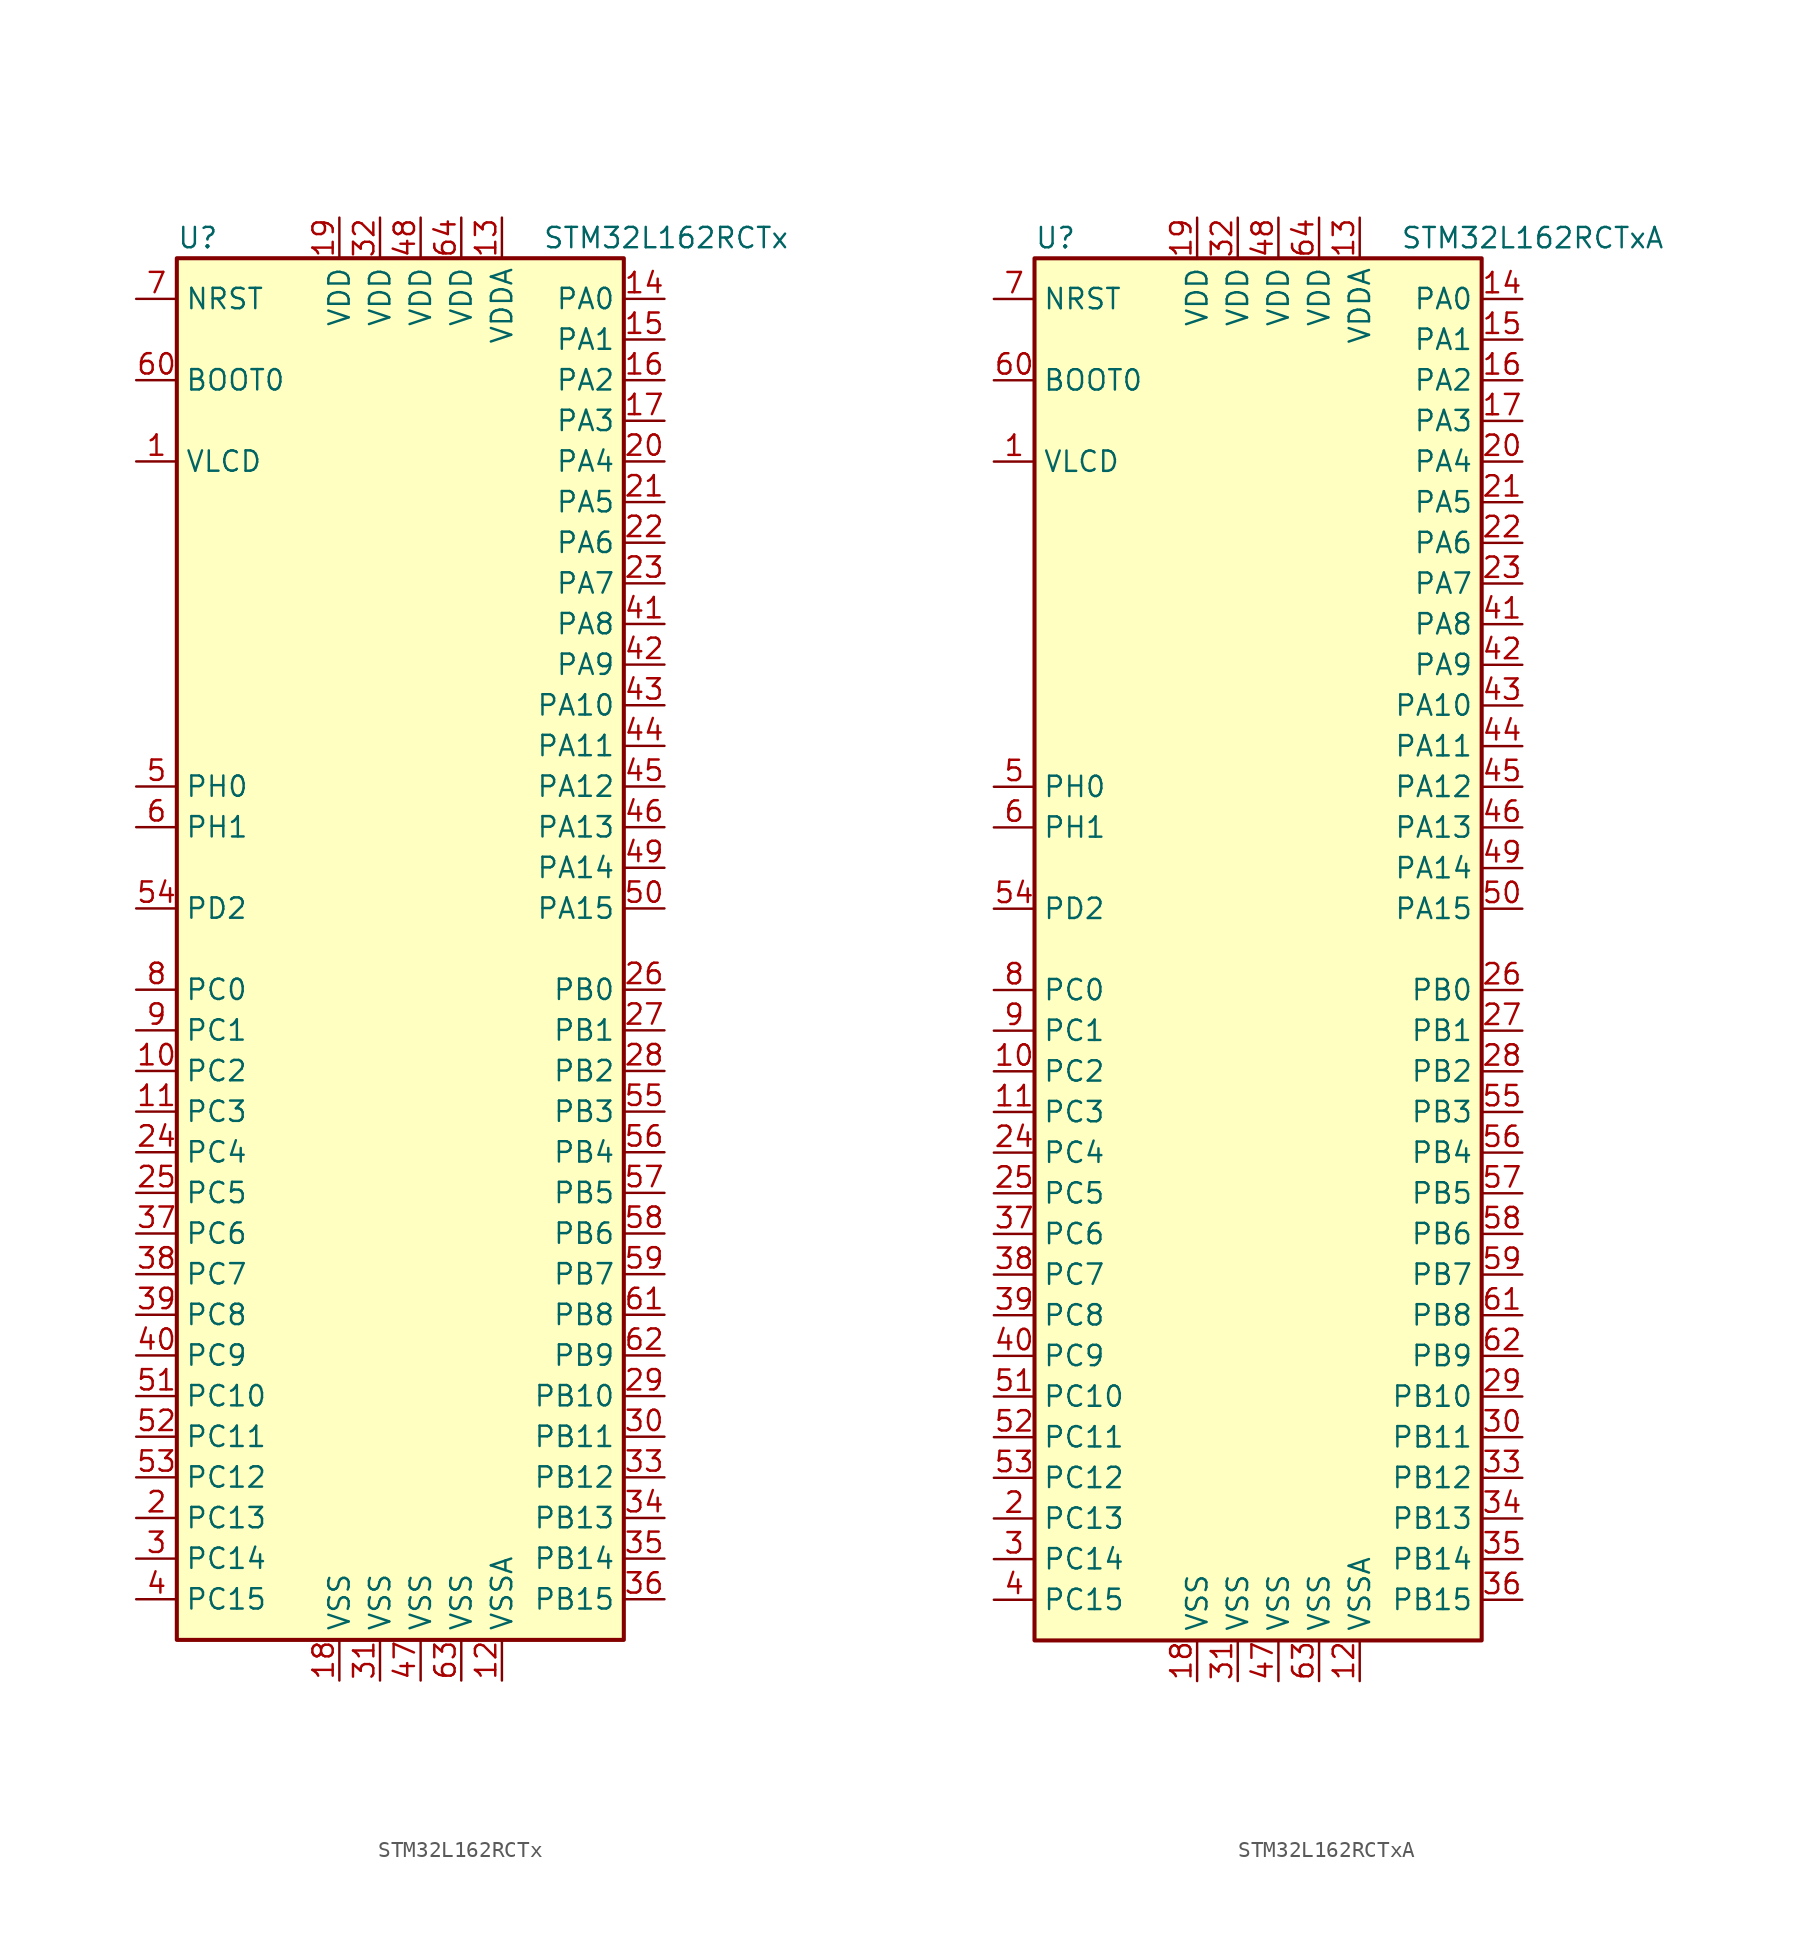
<source format=kicad_sym>
(kicad_symbol_lib
  (version 20201005)
  (generator kicad_symbol_editor)
  (symbol "MCU_ST_STM32L1:STM32L162RCTx"
    (property "Reference" "U"
      (at -15.24 44.45 0)
      (effects (font (size 1.27 1.27)) (justify left)))
    (property "Value" "STM32L162RCTx"
      (at 7.62 44.45 0)
      (effects (font (size 1.27 1.27)) (justify left)))
    (symbol "STM32L162RCTx_0_1"
      (rectangle (start -15.24 -43.18) (end 12.7 43.18) (stroke (width 0.254)) (fill (type background))))
    (symbol "STM32L162RCTx_1_1"
      (pin input line (at -17.78 35.56 0) (length 2.54) (name "BOOT0" (effects (font (size 1.27 1.27)))) (number "60" (effects (font (size 1.27 1.27)))))
      (pin input line (at -17.78 40.64 0) (length 2.54) (name "NRST" (effects (font (size 1.27 1.27)))) (number "7" (effects (font (size 1.27 1.27)))))
      (pin bidirectional line (at 15.24 40.64 180) (length 2.54) (name "PA0" (effects (font (size 1.27 1.27)))) (number "14" (effects (font (size 1.27 1.27)))))
      (pin bidirectional line (at 15.24 38.1 180) (length 2.54) (name "PA1" (effects (font (size 1.27 1.27)))) (number "15" (effects (font (size 1.27 1.27)))))
      (pin bidirectional line (at 15.24 15.24 180) (length 2.54) (name "PA10" (effects (font (size 1.27 1.27)))) (number "43" (effects (font (size 1.27 1.27)))))
      (pin bidirectional line (at 15.24 12.7 180) (length 2.54) (name "PA11" (effects (font (size 1.27 1.27)))) (number "44" (effects (font (size 1.27 1.27)))))
      (pin bidirectional line (at 15.24 10.16 180) (length 2.54) (name "PA12" (effects (font (size 1.27 1.27)))) (number "45" (effects (font (size 1.27 1.27)))))
      (pin bidirectional line (at 15.24 7.62 180) (length 2.54) (name "PA13" (effects (font (size 1.27 1.27)))) (number "46" (effects (font (size 1.27 1.27)))))
      (pin bidirectional line (at 15.24 5.08 180) (length 2.54) (name "PA14" (effects (font (size 1.27 1.27)))) (number "49" (effects (font (size 1.27 1.27)))))
      (pin bidirectional line (at 15.24 2.54 180) (length 2.54) (name "PA15" (effects (font (size 1.27 1.27)))) (number "50" (effects (font (size 1.27 1.27)))))
      (pin bidirectional line (at 15.24 35.56 180) (length 2.54) (name "PA2" (effects (font (size 1.27 1.27)))) (number "16" (effects (font (size 1.27 1.27)))))
      (pin bidirectional line (at 15.24 33.02 180) (length 2.54) (name "PA3" (effects (font (size 1.27 1.27)))) (number "17" (effects (font (size 1.27 1.27)))))
      (pin bidirectional line (at 15.24 30.48 180) (length 2.54) (name "PA4" (effects (font (size 1.27 1.27)))) (number "20" (effects (font (size 1.27 1.27)))))
      (pin bidirectional line (at 15.24 27.94 180) (length 2.54) (name "PA5" (effects (font (size 1.27 1.27)))) (number "21" (effects (font (size 1.27 1.27)))))
      (pin bidirectional line (at 15.24 25.4 180) (length 2.54) (name "PA6" (effects (font (size 1.27 1.27)))) (number "22" (effects (font (size 1.27 1.27)))))
      (pin bidirectional line (at 15.24 22.86 180) (length 2.54) (name "PA7" (effects (font (size 1.27 1.27)))) (number "23" (effects (font (size 1.27 1.27)))))
      (pin bidirectional line (at 15.24 20.32 180) (length 2.54) (name "PA8" (effects (font (size 1.27 1.27)))) (number "41" (effects (font (size 1.27 1.27)))))
      (pin bidirectional line (at 15.24 17.78 180) (length 2.54) (name "PA9" (effects (font (size 1.27 1.27)))) (number "42" (effects (font (size 1.27 1.27)))))
      (pin bidirectional line (at 15.24 -2.54 180) (length 2.54) (name "PB0" (effects (font (size 1.27 1.27)))) (number "26" (effects (font (size 1.27 1.27)))))
      (pin bidirectional line (at 15.24 -5.08 180) (length 2.54) (name "PB1" (effects (font (size 1.27 1.27)))) (number "27" (effects (font (size 1.27 1.27)))))
      (pin bidirectional line (at 15.24 -27.94 180) (length 2.54) (name "PB10" (effects (font (size 1.27 1.27)))) (number "29" (effects (font (size 1.27 1.27)))))
      (pin bidirectional line (at 15.24 -30.48 180) (length 2.54) (name "PB11" (effects (font (size 1.27 1.27)))) (number "30" (effects (font (size 1.27 1.27)))))
      (pin bidirectional line (at 15.24 -33.02 180) (length 2.54) (name "PB12" (effects (font (size 1.27 1.27)))) (number "33" (effects (font (size 1.27 1.27)))))
      (pin bidirectional line (at 15.24 -35.56 180) (length 2.54) (name "PB13" (effects (font (size 1.27 1.27)))) (number "34" (effects (font (size 1.27 1.27)))))
      (pin bidirectional line (at 15.24 -38.1 180) (length 2.54) (name "PB14" (effects (font (size 1.27 1.27)))) (number "35" (effects (font (size 1.27 1.27)))))
      (pin bidirectional line (at 15.24 -40.64 180) (length 2.54) (name "PB15" (effects (font (size 1.27 1.27)))) (number "36" (effects (font (size 1.27 1.27)))))
      (pin bidirectional line (at 15.24 -7.62 180) (length 2.54) (name "PB2" (effects (font (size 1.27 1.27)))) (number "28" (effects (font (size 1.27 1.27)))))
      (pin bidirectional line (at 15.24 -10.16 180) (length 2.54) (name "PB3" (effects (font (size 1.27 1.27)))) (number "55" (effects (font (size 1.27 1.27)))))
      (pin bidirectional line (at 15.24 -12.7 180) (length 2.54) (name "PB4" (effects (font (size 1.27 1.27)))) (number "56" (effects (font (size 1.27 1.27)))))
      (pin bidirectional line (at 15.24 -15.24 180) (length 2.54) (name "PB5" (effects (font (size 1.27 1.27)))) (number "57" (effects (font (size 1.27 1.27)))))
      (pin bidirectional line (at 15.24 -17.78 180) (length 2.54) (name "PB6" (effects (font (size 1.27 1.27)))) (number "58" (effects (font (size 1.27 1.27)))))
      (pin bidirectional line (at 15.24 -20.32 180) (length 2.54) (name "PB7" (effects (font (size 1.27 1.27)))) (number "59" (effects (font (size 1.27 1.27)))))
      (pin bidirectional line (at 15.24 -22.86 180) (length 2.54) (name "PB8" (effects (font (size 1.27 1.27)))) (number "61" (effects (font (size 1.27 1.27)))))
      (pin bidirectional line (at 15.24 -25.4 180) (length 2.54) (name "PB9" (effects (font (size 1.27 1.27)))) (number "62" (effects (font (size 1.27 1.27)))))
      (pin bidirectional line (at -17.78 -2.54 0) (length 2.54) (name "PC0" (effects (font (size 1.27 1.27)))) (number "8" (effects (font (size 1.27 1.27)))))
      (pin bidirectional line (at -17.78 -5.08 0) (length 2.54) (name "PC1" (effects (font (size 1.27 1.27)))) (number "9" (effects (font (size 1.27 1.27)))))
      (pin bidirectional line (at -17.78 -27.94 0) (length 2.54) (name "PC10" (effects (font (size 1.27 1.27)))) (number "51" (effects (font (size 1.27 1.27)))))
      (pin bidirectional line (at -17.78 -30.48 0) (length 2.54) (name "PC11" (effects (font (size 1.27 1.27)))) (number "52" (effects (font (size 1.27 1.27)))))
      (pin bidirectional line (at -17.78 -33.02 0) (length 2.54) (name "PC12" (effects (font (size 1.27 1.27)))) (number "53" (effects (font (size 1.27 1.27)))))
      (pin bidirectional line (at -17.78 -35.56 0) (length 2.54) (name "PC13" (effects (font (size 1.27 1.27)))) (number "2" (effects (font (size 1.27 1.27)))))
      (pin bidirectional line (at -17.78 -38.1 0) (length 2.54) (name "PC14" (effects (font (size 1.27 1.27)))) (number "3" (effects (font (size 1.27 1.27)))))
      (pin bidirectional line (at -17.78 -40.64 0) (length 2.54) (name "PC15" (effects (font (size 1.27 1.27)))) (number "4" (effects (font (size 1.27 1.27)))))
      (pin bidirectional line (at -17.78 -7.62 0) (length 2.54) (name "PC2" (effects (font (size 1.27 1.27)))) (number "10" (effects (font (size 1.27 1.27)))))
      (pin bidirectional line (at -17.78 -10.16 0) (length 2.54) (name "PC3" (effects (font (size 1.27 1.27)))) (number "11" (effects (font (size 1.27 1.27)))))
      (pin bidirectional line (at -17.78 -12.7 0) (length 2.54) (name "PC4" (effects (font (size 1.27 1.27)))) (number "24" (effects (font (size 1.27 1.27)))))
      (pin bidirectional line (at -17.78 -15.24 0) (length 2.54) (name "PC5" (effects (font (size 1.27 1.27)))) (number "25" (effects (font (size 1.27 1.27)))))
      (pin bidirectional line (at -17.78 -17.78 0) (length 2.54) (name "PC6" (effects (font (size 1.27 1.27)))) (number "37" (effects (font (size 1.27 1.27)))))
      (pin bidirectional line (at -17.78 -20.32 0) (length 2.54) (name "PC7" (effects (font (size 1.27 1.27)))) (number "38" (effects (font (size 1.27 1.27)))))
      (pin bidirectional line (at -17.78 -22.86 0) (length 2.54) (name "PC8" (effects (font (size 1.27 1.27)))) (number "39" (effects (font (size 1.27 1.27)))))
      (pin bidirectional line (at -17.78 -25.4 0) (length 2.54) (name "PC9" (effects (font (size 1.27 1.27)))) (number "40" (effects (font (size 1.27 1.27)))))
      (pin bidirectional line (at -17.78 2.54 0) (length 2.54) (name "PD2" (effects (font (size 1.27 1.27)))) (number "54" (effects (font (size 1.27 1.27)))))
      (pin input line (at -17.78 10.16 0) (length 2.54) (name "PH0" (effects (font (size 1.27 1.27)))) (number "5" (effects (font (size 1.27 1.27)))))
      (pin input line (at -17.78 7.62 0) (length 2.54) (name "PH1" (effects (font (size 1.27 1.27)))) (number "6" (effects (font (size 1.27 1.27)))))
      (pin power_in line (at -5.08 45.72 270) (length 2.54) (name "VDD" (effects (font (size 1.27 1.27)))) (number "19" (effects (font (size 1.27 1.27)))))
      (pin power_in line (at -2.54 45.72 270) (length 2.54) (name "VDD" (effects (font (size 1.27 1.27)))) (number "32" (effects (font (size 1.27 1.27)))))
      (pin power_in line (at 0 45.72 270) (length 2.54) (name "VDD" (effects (font (size 1.27 1.27)))) (number "48" (effects (font (size 1.27 1.27)))))
      (pin power_in line (at 2.54 45.72 270) (length 2.54) (name "VDD" (effects (font (size 1.27 1.27)))) (number "64" (effects (font (size 1.27 1.27)))))
      (pin power_in line (at 5.08 45.72 270) (length 2.54) (name "VDDA" (effects (font (size 1.27 1.27)))) (number "13" (effects (font (size 1.27 1.27)))))
      (pin power_in line (at -17.78 30.48 0) (length 2.54) (name "VLCD" (effects (font (size 1.27 1.27)))) (number "1" (effects (font (size 1.27 1.27)))))
      (pin power_in line (at -5.08 -45.72 90) (length 2.54) (name "VSS" (effects (font (size 1.27 1.27)))) (number "18" (effects (font (size 1.27 1.27)))))
      (pin power_in line (at -2.54 -45.72 90) (length 2.54) (name "VSS" (effects (font (size 1.27 1.27)))) (number "31" (effects (font (size 1.27 1.27)))))
      (pin power_in line (at 0 -45.72 90) (length 2.54) (name "VSS" (effects (font (size 1.27 1.27)))) (number "47" (effects (font (size 1.27 1.27)))))
      (pin power_in line (at 2.54 -45.72 90) (length 2.54) (name "VSS" (effects (font (size 1.27 1.27)))) (number "63" (effects (font (size 1.27 1.27)))))
      (pin power_in line (at 5.08 -45.72 90) (length 2.54) (name "VSSA" (effects (font (size 1.27 1.27)))) (number "12" (effects (font (size 1.27 1.27)))))))
  (symbol "MCU_ST_STM32L1:STM32L162RCTxA"
    (property "Reference" "U"
      (at -15.24 44.45 0)
      (effects (font (size 1.27 1.27)) (justify left)))
    (property "Value" "STM32L162RCTxA"
      (at 7.62 44.45 0)
      (effects (font (size 1.27 1.27)) (justify left)))
    (symbol "STM32L162RCTxA_0_1"
      (rectangle (start -15.24 -43.18) (end 12.7 43.18) (stroke (width 0.254)) (fill (type background))))
    (symbol "STM32L162RCTxA_1_1"
      (pin input line (at -17.78 35.56 0) (length 2.54) (name "BOOT0" (effects (font (size 1.27 1.27)))) (number "60" (effects (font (size 1.27 1.27)))))
      (pin input line (at -17.78 40.64 0) (length 2.54) (name "NRST" (effects (font (size 1.27 1.27)))) (number "7" (effects (font (size 1.27 1.27)))))
      (pin bidirectional line (at 15.24 40.64 180) (length 2.54) (name "PA0" (effects (font (size 1.27 1.27)))) (number "14" (effects (font (size 1.27 1.27)))))
      (pin bidirectional line (at 15.24 38.1 180) (length 2.54) (name "PA1" (effects (font (size 1.27 1.27)))) (number "15" (effects (font (size 1.27 1.27)))))
      (pin bidirectional line (at 15.24 15.24 180) (length 2.54) (name "PA10" (effects (font (size 1.27 1.27)))) (number "43" (effects (font (size 1.27 1.27)))))
      (pin bidirectional line (at 15.24 12.7 180) (length 2.54) (name "PA11" (effects (font (size 1.27 1.27)))) (number "44" (effects (font (size 1.27 1.27)))))
      (pin bidirectional line (at 15.24 10.16 180) (length 2.54) (name "PA12" (effects (font (size 1.27 1.27)))) (number "45" (effects (font (size 1.27 1.27)))))
      (pin bidirectional line (at 15.24 7.62 180) (length 2.54) (name "PA13" (effects (font (size 1.27 1.27)))) (number "46" (effects (font (size 1.27 1.27)))))
      (pin bidirectional line (at 15.24 5.08 180) (length 2.54) (name "PA14" (effects (font (size 1.27 1.27)))) (number "49" (effects (font (size 1.27 1.27)))))
      (pin bidirectional line (at 15.24 2.54 180) (length 2.54) (name "PA15" (effects (font (size 1.27 1.27)))) (number "50" (effects (font (size 1.27 1.27)))))
      (pin bidirectional line (at 15.24 35.56 180) (length 2.54) (name "PA2" (effects (font (size 1.27 1.27)))) (number "16" (effects (font (size 1.27 1.27)))))
      (pin bidirectional line (at 15.24 33.02 180) (length 2.54) (name "PA3" (effects (font (size 1.27 1.27)))) (number "17" (effects (font (size 1.27 1.27)))))
      (pin bidirectional line (at 15.24 30.48 180) (length 2.54) (name "PA4" (effects (font (size 1.27 1.27)))) (number "20" (effects (font (size 1.27 1.27)))))
      (pin bidirectional line (at 15.24 27.94 180) (length 2.54) (name "PA5" (effects (font (size 1.27 1.27)))) (number "21" (effects (font (size 1.27 1.27)))))
      (pin bidirectional line (at 15.24 25.4 180) (length 2.54) (name "PA6" (effects (font (size 1.27 1.27)))) (number "22" (effects (font (size 1.27 1.27)))))
      (pin bidirectional line (at 15.24 22.86 180) (length 2.54) (name "PA7" (effects (font (size 1.27 1.27)))) (number "23" (effects (font (size 1.27 1.27)))))
      (pin bidirectional line (at 15.24 20.32 180) (length 2.54) (name "PA8" (effects (font (size 1.27 1.27)))) (number "41" (effects (font (size 1.27 1.27)))))
      (pin bidirectional line (at 15.24 17.78 180) (length 2.54) (name "PA9" (effects (font (size 1.27 1.27)))) (number "42" (effects (font (size 1.27 1.27)))))
      (pin bidirectional line (at 15.24 -2.54 180) (length 2.54) (name "PB0" (effects (font (size 1.27 1.27)))) (number "26" (effects (font (size 1.27 1.27)))))
      (pin bidirectional line (at 15.24 -5.08 180) (length 2.54) (name "PB1" (effects (font (size 1.27 1.27)))) (number "27" (effects (font (size 1.27 1.27)))))
      (pin bidirectional line (at 15.24 -27.94 180) (length 2.54) (name "PB10" (effects (font (size 1.27 1.27)))) (number "29" (effects (font (size 1.27 1.27)))))
      (pin bidirectional line (at 15.24 -30.48 180) (length 2.54) (name "PB11" (effects (font (size 1.27 1.27)))) (number "30" (effects (font (size 1.27 1.27)))))
      (pin bidirectional line (at 15.24 -33.02 180) (length 2.54) (name "PB12" (effects (font (size 1.27 1.27)))) (number "33" (effects (font (size 1.27 1.27)))))
      (pin bidirectional line (at 15.24 -35.56 180) (length 2.54) (name "PB13" (effects (font (size 1.27 1.27)))) (number "34" (effects (font (size 1.27 1.27)))))
      (pin bidirectional line (at 15.24 -38.1 180) (length 2.54) (name "PB14" (effects (font (size 1.27 1.27)))) (number "35" (effects (font (size 1.27 1.27)))))
      (pin bidirectional line (at 15.24 -40.64 180) (length 2.54) (name "PB15" (effects (font (size 1.27 1.27)))) (number "36" (effects (font (size 1.27 1.27)))))
      (pin bidirectional line (at 15.24 -7.62 180) (length 2.54) (name "PB2" (effects (font (size 1.27 1.27)))) (number "28" (effects (font (size 1.27 1.27)))))
      (pin bidirectional line (at 15.24 -10.16 180) (length 2.54) (name "PB3" (effects (font (size 1.27 1.27)))) (number "55" (effects (font (size 1.27 1.27)))))
      (pin bidirectional line (at 15.24 -12.7 180) (length 2.54) (name "PB4" (effects (font (size 1.27 1.27)))) (number "56" (effects (font (size 1.27 1.27)))))
      (pin bidirectional line (at 15.24 -15.24 180) (length 2.54) (name "PB5" (effects (font (size 1.27 1.27)))) (number "57" (effects (font (size 1.27 1.27)))))
      (pin bidirectional line (at 15.24 -17.78 180) (length 2.54) (name "PB6" (effects (font (size 1.27 1.27)))) (number "58" (effects (font (size 1.27 1.27)))))
      (pin bidirectional line (at 15.24 -20.32 180) (length 2.54) (name "PB7" (effects (font (size 1.27 1.27)))) (number "59" (effects (font (size 1.27 1.27)))))
      (pin bidirectional line (at 15.24 -22.86 180) (length 2.54) (name "PB8" (effects (font (size 1.27 1.27)))) (number "61" (effects (font (size 1.27 1.27)))))
      (pin bidirectional line (at 15.24 -25.4 180) (length 2.54) (name "PB9" (effects (font (size 1.27 1.27)))) (number "62" (effects (font (size 1.27 1.27)))))
      (pin bidirectional line (at -17.78 -2.54 0) (length 2.54) (name "PC0" (effects (font (size 1.27 1.27)))) (number "8" (effects (font (size 1.27 1.27)))))
      (pin bidirectional line (at -17.78 -5.08 0) (length 2.54) (name "PC1" (effects (font (size 1.27 1.27)))) (number "9" (effects (font (size 1.27 1.27)))))
      (pin bidirectional line (at -17.78 -27.94 0) (length 2.54) (name "PC10" (effects (font (size 1.27 1.27)))) (number "51" (effects (font (size 1.27 1.27)))))
      (pin bidirectional line (at -17.78 -30.48 0) (length 2.54) (name "PC11" (effects (font (size 1.27 1.27)))) (number "52" (effects (font (size 1.27 1.27)))))
      (pin bidirectional line (at -17.78 -33.02 0) (length 2.54) (name "PC12" (effects (font (size 1.27 1.27)))) (number "53" (effects (font (size 1.27 1.27)))))
      (pin bidirectional line (at -17.78 -35.56 0) (length 2.54) (name "PC13" (effects (font (size 1.27 1.27)))) (number "2" (effects (font (size 1.27 1.27)))))
      (pin bidirectional line (at -17.78 -38.1 0) (length 2.54) (name "PC14" (effects (font (size 1.27 1.27)))) (number "3" (effects (font (size 1.27 1.27)))))
      (pin bidirectional line (at -17.78 -40.64 0) (length 2.54) (name "PC15" (effects (font (size 1.27 1.27)))) (number "4" (effects (font (size 1.27 1.27)))))
      (pin bidirectional line (at -17.78 -7.62 0) (length 2.54) (name "PC2" (effects (font (size 1.27 1.27)))) (number "10" (effects (font (size 1.27 1.27)))))
      (pin bidirectional line (at -17.78 -10.16 0) (length 2.54) (name "PC3" (effects (font (size 1.27 1.27)))) (number "11" (effects (font (size 1.27 1.27)))))
      (pin bidirectional line (at -17.78 -12.7 0) (length 2.54) (name "PC4" (effects (font (size 1.27 1.27)))) (number "24" (effects (font (size 1.27 1.27)))))
      (pin bidirectional line (at -17.78 -15.24 0) (length 2.54) (name "PC5" (effects (font (size 1.27 1.27)))) (number "25" (effects (font (size 1.27 1.27)))))
      (pin bidirectional line (at -17.78 -17.78 0) (length 2.54) (name "PC6" (effects (font (size 1.27 1.27)))) (number "37" (effects (font (size 1.27 1.27)))))
      (pin bidirectional line (at -17.78 -20.32 0) (length 2.54) (name "PC7" (effects (font (size 1.27 1.27)))) (number "38" (effects (font (size 1.27 1.27)))))
      (pin bidirectional line (at -17.78 -22.86 0) (length 2.54) (name "PC8" (effects (font (size 1.27 1.27)))) (number "39" (effects (font (size 1.27 1.27)))))
      (pin bidirectional line (at -17.78 -25.4 0) (length 2.54) (name "PC9" (effects (font (size 1.27 1.27)))) (number "40" (effects (font (size 1.27 1.27)))))
      (pin bidirectional line (at -17.78 2.54 0) (length 2.54) (name "PD2" (effects (font (size 1.27 1.27)))) (number "54" (effects (font (size 1.27 1.27)))))
      (pin input line (at -17.78 10.16 0) (length 2.54) (name "PH0" (effects (font (size 1.27 1.27)))) (number "5" (effects (font (size 1.27 1.27)))))
      (pin input line (at -17.78 7.62 0) (length 2.54) (name "PH1" (effects (font (size 1.27 1.27)))) (number "6" (effects (font (size 1.27 1.27)))))
      (pin power_in line (at -5.08 45.72 270) (length 2.54) (name "VDD" (effects (font (size 1.27 1.27)))) (number "19" (effects (font (size 1.27 1.27)))))
      (pin power_in line (at -2.54 45.72 270) (length 2.54) (name "VDD" (effects (font (size 1.27 1.27)))) (number "32" (effects (font (size 1.27 1.27)))))
      (pin power_in line (at 0 45.72 270) (length 2.54) (name "VDD" (effects (font (size 1.27 1.27)))) (number "48" (effects (font (size 1.27 1.27)))))
      (pin power_in line (at 2.54 45.72 270) (length 2.54) (name "VDD" (effects (font (size 1.27 1.27)))) (number "64" (effects (font (size 1.27 1.27)))))
      (pin power_in line (at 5.08 45.72 270) (length 2.54) (name "VDDA" (effects (font (size 1.27 1.27)))) (number "13" (effects (font (size 1.27 1.27)))))
      (pin power_in line (at -17.78 30.48 0) (length 2.54) (name "VLCD" (effects (font (size 1.27 1.27)))) (number "1" (effects (font (size 1.27 1.27)))))
      (pin power_in line (at -5.08 -45.72 90) (length 2.54) (name "VSS" (effects (font (size 1.27 1.27)))) (number "18" (effects (font (size 1.27 1.27)))))
      (pin power_in line (at -2.54 -45.72 90) (length 2.54) (name "VSS" (effects (font (size 1.27 1.27)))) (number "31" (effects (font (size 1.27 1.27)))))
      (pin power_in line (at 0 -45.72 90) (length 2.54) (name "VSS" (effects (font (size 1.27 1.27)))) (number "47" (effects (font (size 1.27 1.27)))))
      (pin power_in line (at 2.54 -45.72 90) (length 2.54) (name "VSS" (effects (font (size 1.27 1.27)))) (number "63" (effects (font (size 1.27 1.27)))))
      (pin power_in line (at 5.08 -45.72 90) (length 2.54) (name "VSSA" (effects (font (size 1.27 1.27)))) (number "12" (effects (font (size 1.27 1.27))))))))
</source>
